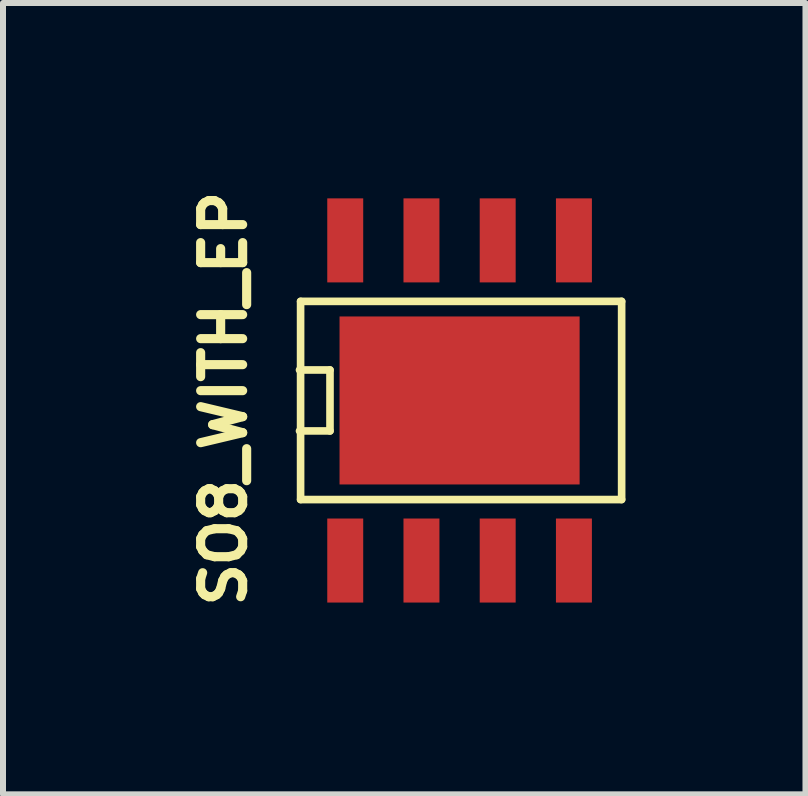
<source format=kicad_pcb>
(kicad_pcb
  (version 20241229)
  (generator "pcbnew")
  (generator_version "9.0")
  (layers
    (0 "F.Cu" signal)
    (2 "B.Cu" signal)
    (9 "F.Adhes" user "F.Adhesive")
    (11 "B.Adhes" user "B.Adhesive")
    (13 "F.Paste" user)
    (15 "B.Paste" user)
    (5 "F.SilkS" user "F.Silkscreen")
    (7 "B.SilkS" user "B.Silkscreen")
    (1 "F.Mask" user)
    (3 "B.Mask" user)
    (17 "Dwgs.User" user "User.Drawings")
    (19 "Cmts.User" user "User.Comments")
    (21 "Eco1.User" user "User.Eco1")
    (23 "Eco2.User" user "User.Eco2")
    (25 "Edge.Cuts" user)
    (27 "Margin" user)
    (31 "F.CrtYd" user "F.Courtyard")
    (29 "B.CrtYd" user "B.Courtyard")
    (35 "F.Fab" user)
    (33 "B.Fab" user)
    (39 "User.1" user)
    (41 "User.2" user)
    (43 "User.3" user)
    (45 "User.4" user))
  (footprint "SO8_WITH_EP"
    (layer "F.Cu")
    (at 4.607 3.622)
    (property "Reference" "SO8_WITH_EP" (at -3.93 -0.03 90) (layer "F.SilkS") (effects (font (size 0.7 0.7) (thickness 0.152))))
    (attr smd)
    (fp_line (start -2.667 -0.508) (end -2.159 -0.508) (stroke (width 0.127) (type solid)) (layer "F.SilkS"))
    (fp_line (start -2.649 -1.651) (end -2.649 1.651) (stroke (width 0.127) (type solid)) (layer "F.SilkS"))
    (fp_line (start -2.649 -1.651) (end 2.7 -1.651) (stroke (width 0.127) (type solid)) (layer "F.SilkS"))
    (fp_line (start -2.159 -0.508) (end -2.159 0.508) (stroke (width 0.127) (type solid)) (layer "F.SilkS"))
    (fp_line (start -2.159 0.508) (end -2.667 0.508) (stroke (width 0.127) (type solid)) (layer "F.SilkS"))
    (fp_line (start 2.7 -1.651) (end 2.7 1.651) (stroke (width 0.127) (type solid)) (layer "F.SilkS"))
    (fp_line (start 2.7 1.651) (end -2.649 1.651) (stroke (width 0.127) (type solid)) (layer "F.SilkS"))
    (pad "1" smd rect (at -1.905 2.667) (size 0.599 1.4) (layers "F.Cu" "F.Mask" "F.Paste"))
    (pad "2" smd rect (at -0.635 2.667) (size 0.599 1.4) (layers "F.Cu" "F.Mask" "F.Paste"))
    (pad "3" smd rect (at 0.635 2.667) (size 0.599 1.4) (layers "F.Cu" "F.Mask" "F.Paste"))
    (pad "4" smd rect (at 1.905 2.667) (size 0.599 1.4) (layers "F.Cu" "F.Mask" "F.Paste"))
    (pad "5" smd rect (at 1.905 -2.667) (size 0.599 1.4) (layers "F.Cu" "F.Mask" "F.Paste"))
    (pad "6" smd rect (at 0.635 -2.667) (size 0.599 1.4) (layers "F.Cu" "F.Mask" "F.Paste"))
    (pad "7" smd rect (at -0.635 -2.667) (size 0.599 1.4) (layers "F.Cu" "F.Mask" "F.Paste"))
    (pad "8" smd rect (at -1.905 -2.667) (size 0.599 1.4) (layers "F.Cu" "F.Mask" "F.Paste"))
    (pad "9" smd rect (at 0 0) (size 4 2.799) (layers "F.Cu" "F.Mask" "F.Paste")))
  (gr_rect
    (start -3 -3)
    (end 10.37 10.184)
    (stroke (width 0.1) (type default))
    (fill no)
    (layer "Edge.Cuts")))
</source>
